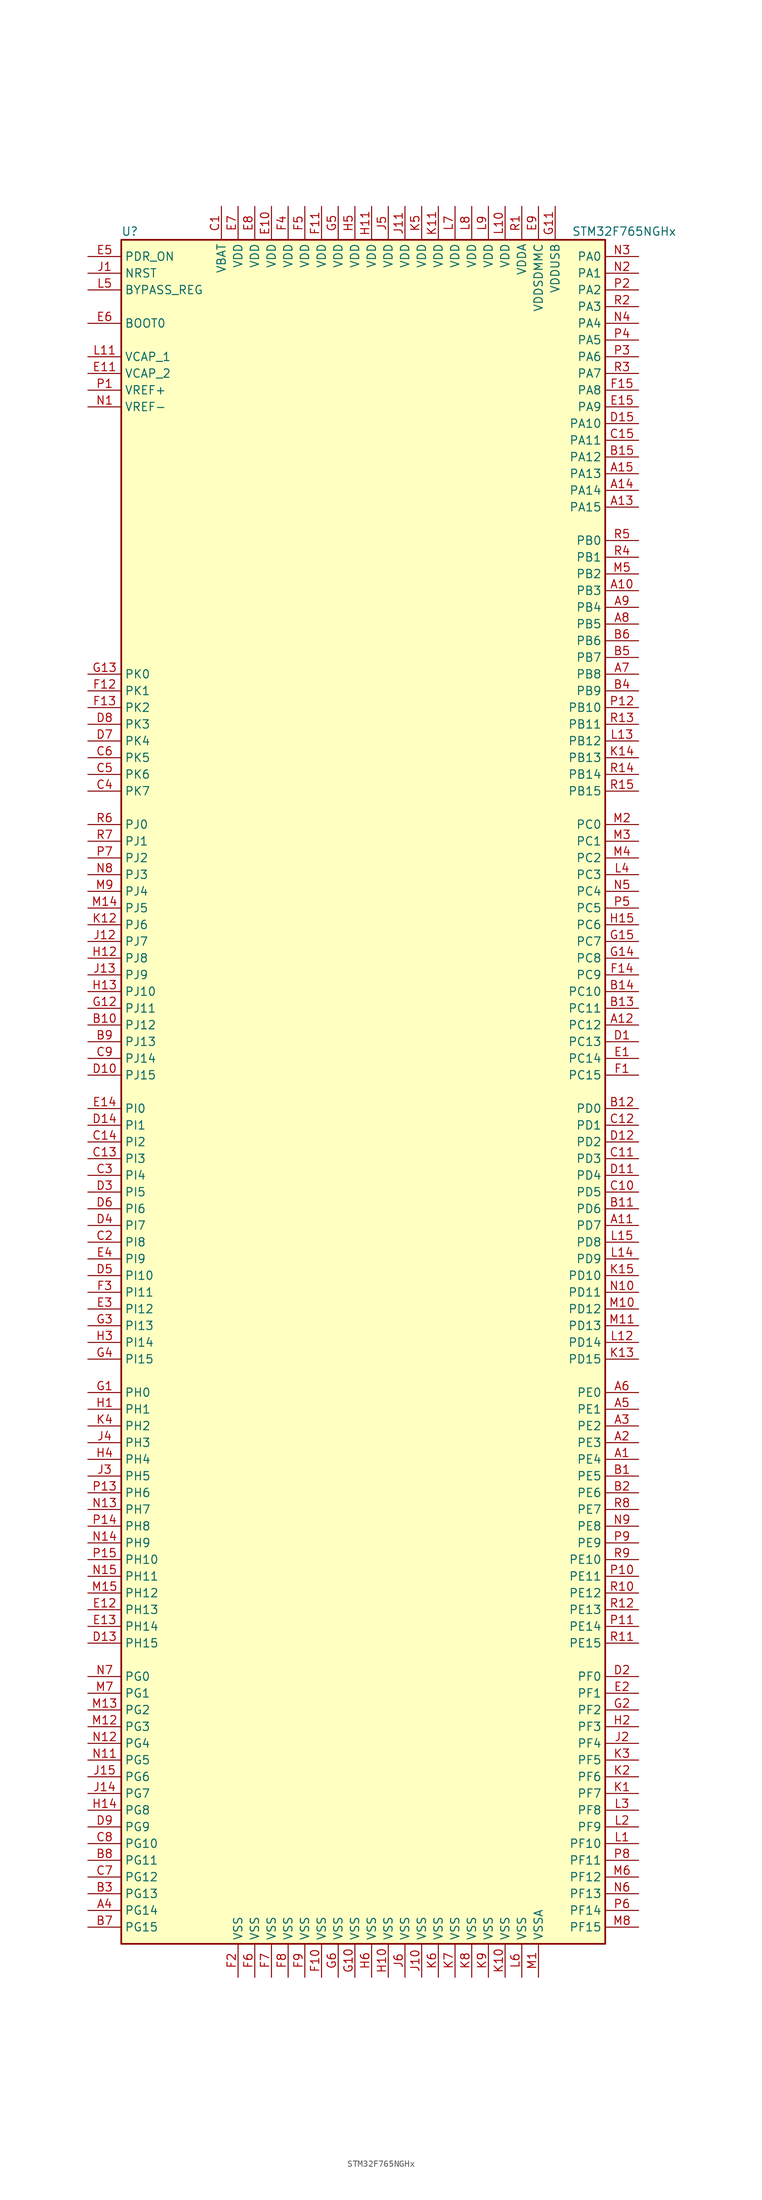
<source format=kicad_sym>
(kicad_symbol_lib
  (version 20220914)
  (generator kicad_symbol_editor)
  (symbol "STM32F765NGHx"
    (property "Reference" "U"
      (at -38.1 130.81 0)
      (effects (font (size 1.27 1.27)) (justify left)))
    (property "Value" "STM32F765NGHx"
      (at 30.48 130.81 0)
      (effects (font (size 1.27 1.27)) (justify left)))
    (symbol "STM32F765NGHx_0_1"
      (rectangle (start -38.1 -129.54) (end 35.56 129.54) (stroke (width 0.254) (type default)) (fill (type background))))
    (symbol "STM32F765NGHx_1_1"
      (pin bidirectional line (at 40.64 -55.88 180) (length 5.08) (name "PE4" (effects (font (size 1.27 1.27)))) (number "A1" (effects (font (size 1.27 1.27)))))
      (pin bidirectional line (at 40.64 76.2 180) (length 5.08) (name "PB3" (effects (font (size 1.27 1.27)))) (number "A10" (effects (font (size 1.27 1.27)))))
      (pin bidirectional line (at 40.64 -20.32 180) (length 5.08) (name "PD7" (effects (font (size 1.27 1.27)))) (number "A11" (effects (font (size 1.27 1.27)))))
      (pin bidirectional line (at 40.64 10.16 180) (length 5.08) (name "PC12" (effects (font (size 1.27 1.27)))) (number "A12" (effects (font (size 1.27 1.27)))))
      (pin bidirectional line (at 40.64 88.9 180) (length 5.08) (name "PA15" (effects (font (size 1.27 1.27)))) (number "A13" (effects (font (size 1.27 1.27)))))
      (pin bidirectional line (at 40.64 91.44 180) (length 5.08) (name "PA14" (effects (font (size 1.27 1.27)))) (number "A14" (effects (font (size 1.27 1.27)))))
      (pin bidirectional line (at 40.64 93.98 180) (length 5.08) (name "PA13" (effects (font (size 1.27 1.27)))) (number "A15" (effects (font (size 1.27 1.27)))))
      (pin bidirectional line (at 40.64 -53.34 180) (length 5.08) (name "PE3" (effects (font (size 1.27 1.27)))) (number "A2" (effects (font (size 1.27 1.27)))))
      (pin bidirectional line (at 40.64 -50.8 180) (length 5.08) (name "PE2" (effects (font (size 1.27 1.27)))) (number "A3" (effects (font (size 1.27 1.27)))))
      (pin bidirectional line (at -43.18 -124.46 0) (length 5.08) (name "PG14" (effects (font (size 1.27 1.27)))) (number "A4" (effects (font (size 1.27 1.27)))))
      (pin bidirectional line (at 40.64 -48.26 180) (length 5.08) (name "PE1" (effects (font (size 1.27 1.27)))) (number "A5" (effects (font (size 1.27 1.27)))))
      (pin bidirectional line (at 40.64 -45.72 180) (length 5.08) (name "PE0" (effects (font (size 1.27 1.27)))) (number "A6" (effects (font (size 1.27 1.27)))))
      (pin bidirectional line (at 40.64 63.5 180) (length 5.08) (name "PB8" (effects (font (size 1.27 1.27)))) (number "A7" (effects (font (size 1.27 1.27)))))
      (pin bidirectional line (at 40.64 71.12 180) (length 5.08) (name "PB5" (effects (font (size 1.27 1.27)))) (number "A8" (effects (font (size 1.27 1.27)))))
      (pin bidirectional line (at 40.64 73.66 180) (length 5.08) (name "PB4" (effects (font (size 1.27 1.27)))) (number "A9" (effects (font (size 1.27 1.27)))))
      (pin bidirectional line (at 40.64 -58.42 180) (length 5.08) (name "PE5" (effects (font (size 1.27 1.27)))) (number "B1" (effects (font (size 1.27 1.27)))))
      (pin bidirectional line (at -43.18 10.16 0) (length 5.08) (name "PJ12" (effects (font (size 1.27 1.27)))) (number "B10" (effects (font (size 1.27 1.27)))))
      (pin bidirectional line (at 40.64 -17.78 180) (length 5.08) (name "PD6" (effects (font (size 1.27 1.27)))) (number "B11" (effects (font (size 1.27 1.27)))))
      (pin bidirectional line (at 40.64 -2.54 180) (length 5.08) (name "PD0" (effects (font (size 1.27 1.27)))) (number "B12" (effects (font (size 1.27 1.27)))))
      (pin bidirectional line (at 40.64 12.7 180) (length 5.08) (name "PC11" (effects (font (size 1.27 1.27)))) (number "B13" (effects (font (size 1.27 1.27)))))
      (pin bidirectional line (at 40.64 15.24 180) (length 5.08) (name "PC10" (effects (font (size 1.27 1.27)))) (number "B14" (effects (font (size 1.27 1.27)))))
      (pin bidirectional line (at 40.64 96.52 180) (length 5.08) (name "PA12" (effects (font (size 1.27 1.27)))) (number "B15" (effects (font (size 1.27 1.27)))))
      (pin bidirectional line (at 40.64 -60.96 180) (length 5.08) (name "PE6" (effects (font (size 1.27 1.27)))) (number "B2" (effects (font (size 1.27 1.27)))))
      (pin bidirectional line (at -43.18 -121.92 0) (length 5.08) (name "PG13" (effects (font (size 1.27 1.27)))) (number "B3" (effects (font (size 1.27 1.27)))))
      (pin bidirectional line (at 40.64 60.96 180) (length 5.08) (name "PB9" (effects (font (size 1.27 1.27)))) (number "B4" (effects (font (size 1.27 1.27)))))
      (pin bidirectional line (at 40.64 66.04 180) (length 5.08) (name "PB7" (effects (font (size 1.27 1.27)))) (number "B5" (effects (font (size 1.27 1.27)))))
      (pin bidirectional line (at 40.64 68.58 180) (length 5.08) (name "PB6" (effects (font (size 1.27 1.27)))) (number "B6" (effects (font (size 1.27 1.27)))))
      (pin bidirectional line (at -43.18 -127 0) (length 5.08) (name "PG15" (effects (font (size 1.27 1.27)))) (number "B7" (effects (font (size 1.27 1.27)))))
      (pin bidirectional line (at -43.18 -116.84 0) (length 5.08) (name "PG11" (effects (font (size 1.27 1.27)))) (number "B8" (effects (font (size 1.27 1.27)))))
      (pin bidirectional line (at -43.18 7.62 0) (length 5.08) (name "PJ13" (effects (font (size 1.27 1.27)))) (number "B9" (effects (font (size 1.27 1.27)))))
      (pin power_in line (at -22.86 134.62 270) (length 5.08) (name "VBAT" (effects (font (size 1.27 1.27)))) (number "C1" (effects (font (size 1.27 1.27)))))
      (pin bidirectional line (at 40.64 -15.24 180) (length 5.08) (name "PD5" (effects (font (size 1.27 1.27)))) (number "C10" (effects (font (size 1.27 1.27)))))
      (pin bidirectional line (at 40.64 -10.16 180) (length 5.08) (name "PD3" (effects (font (size 1.27 1.27)))) (number "C11" (effects (font (size 1.27 1.27)))))
      (pin bidirectional line (at 40.64 -5.08 180) (length 5.08) (name "PD1" (effects (font (size 1.27 1.27)))) (number "C12" (effects (font (size 1.27 1.27)))))
      (pin bidirectional line (at -43.18 -10.16 0) (length 5.08) (name "PI3" (effects (font (size 1.27 1.27)))) (number "C13" (effects (font (size 1.27 1.27)))))
      (pin bidirectional line (at -43.18 -7.62 0) (length 5.08) (name "PI2" (effects (font (size 1.27 1.27)))) (number "C14" (effects (font (size 1.27 1.27)))))
      (pin bidirectional line (at 40.64 99.06 180) (length 5.08) (name "PA11" (effects (font (size 1.27 1.27)))) (number "C15" (effects (font (size 1.27 1.27)))))
      (pin bidirectional line (at -43.18 -22.86 0) (length 5.08) (name "PI8" (effects (font (size 1.27 1.27)))) (number "C2" (effects (font (size 1.27 1.27)))))
      (pin bidirectional line (at -43.18 -12.7 0) (length 5.08) (name "PI4" (effects (font (size 1.27 1.27)))) (number "C3" (effects (font (size 1.27 1.27)))))
      (pin bidirectional line (at -43.18 45.72 0) (length 5.08) (name "PK7" (effects (font (size 1.27 1.27)))) (number "C4" (effects (font (size 1.27 1.27)))))
      (pin bidirectional line (at -43.18 48.26 0) (length 5.08) (name "PK6" (effects (font (size 1.27 1.27)))) (number "C5" (effects (font (size 1.27 1.27)))))
      (pin bidirectional line (at -43.18 50.8 0) (length 5.08) (name "PK5" (effects (font (size 1.27 1.27)))) (number "C6" (effects (font (size 1.27 1.27)))))
      (pin bidirectional line (at -43.18 -119.38 0) (length 5.08) (name "PG12" (effects (font (size 1.27 1.27)))) (number "C7" (effects (font (size 1.27 1.27)))))
      (pin bidirectional line (at -43.18 -114.3 0) (length 5.08) (name "PG10" (effects (font (size 1.27 1.27)))) (number "C8" (effects (font (size 1.27 1.27)))))
      (pin bidirectional line (at -43.18 5.08 0) (length 5.08) (name "PJ14" (effects (font (size 1.27 1.27)))) (number "C9" (effects (font (size 1.27 1.27)))))
      (pin bidirectional line (at 40.64 7.62 180) (length 5.08) (name "PC13" (effects (font (size 1.27 1.27)))) (number "D1" (effects (font (size 1.27 1.27)))))
      (pin bidirectional line (at -43.18 2.54 0) (length 5.08) (name "PJ15" (effects (font (size 1.27 1.27)))) (number "D10" (effects (font (size 1.27 1.27)))))
      (pin bidirectional line (at 40.64 -12.7 180) (length 5.08) (name "PD4" (effects (font (size 1.27 1.27)))) (number "D11" (effects (font (size 1.27 1.27)))))
      (pin bidirectional line (at 40.64 -7.62 180) (length 5.08) (name "PD2" (effects (font (size 1.27 1.27)))) (number "D12" (effects (font (size 1.27 1.27)))))
      (pin bidirectional line (at -43.18 -83.82 0) (length 5.08) (name "PH15" (effects (font (size 1.27 1.27)))) (number "D13" (effects (font (size 1.27 1.27)))))
      (pin bidirectional line (at -43.18 -5.08 0) (length 5.08) (name "PI1" (effects (font (size 1.27 1.27)))) (number "D14" (effects (font (size 1.27 1.27)))))
      (pin bidirectional line (at 40.64 101.6 180) (length 5.08) (name "PA10" (effects (font (size 1.27 1.27)))) (number "D15" (effects (font (size 1.27 1.27)))))
      (pin bidirectional line (at 40.64 -88.9 180) (length 5.08) (name "PF0" (effects (font (size 1.27 1.27)))) (number "D2" (effects (font (size 1.27 1.27)))))
      (pin bidirectional line (at -43.18 -15.24 0) (length 5.08) (name "PI5" (effects (font (size 1.27 1.27)))) (number "D3" (effects (font (size 1.27 1.27)))))
      (pin bidirectional line (at -43.18 -20.32 0) (length 5.08) (name "PI7" (effects (font (size 1.27 1.27)))) (number "D4" (effects (font (size 1.27 1.27)))))
      (pin bidirectional line (at -43.18 -27.94 0) (length 5.08) (name "PI10" (effects (font (size 1.27 1.27)))) (number "D5" (effects (font (size 1.27 1.27)))))
      (pin bidirectional line (at -43.18 -17.78 0) (length 5.08) (name "PI6" (effects (font (size 1.27 1.27)))) (number "D6" (effects (font (size 1.27 1.27)))))
      (pin bidirectional line (at -43.18 53.34 0) (length 5.08) (name "PK4" (effects (font (size 1.27 1.27)))) (number "D7" (effects (font (size 1.27 1.27)))))
      (pin bidirectional line (at -43.18 55.88 0) (length 5.08) (name "PK3" (effects (font (size 1.27 1.27)))) (number "D8" (effects (font (size 1.27 1.27)))))
      (pin bidirectional line (at -43.18 -111.76 0) (length 5.08) (name "PG9" (effects (font (size 1.27 1.27)))) (number "D9" (effects (font (size 1.27 1.27)))))
      (pin bidirectional line (at 40.64 5.08 180) (length 5.08) (name "PC14" (effects (font (size 1.27 1.27)))) (number "E1" (effects (font (size 1.27 1.27)))))
      (pin power_in line (at -15.24 134.62 270) (length 5.08) (name "VDD" (effects (font (size 1.27 1.27)))) (number "E10" (effects (font (size 1.27 1.27)))))
      (pin power_in line (at -43.18 109.22 0) (length 5.08) (name "VCAP_2" (effects (font (size 1.27 1.27)))) (number "E11" (effects (font (size 1.27 1.27)))))
      (pin bidirectional line (at -43.18 -78.74 0) (length 5.08) (name "PH13" (effects (font (size 1.27 1.27)))) (number "E12" (effects (font (size 1.27 1.27)))))
      (pin bidirectional line (at -43.18 -81.28 0) (length 5.08) (name "PH14" (effects (font (size 1.27 1.27)))) (number "E13" (effects (font (size 1.27 1.27)))))
      (pin bidirectional line (at -43.18 -2.54 0) (length 5.08) (name "PI0" (effects (font (size 1.27 1.27)))) (number "E14" (effects (font (size 1.27 1.27)))))
      (pin bidirectional line (at 40.64 104.14 180) (length 5.08) (name "PA9" (effects (font (size 1.27 1.27)))) (number "E15" (effects (font (size 1.27 1.27)))))
      (pin bidirectional line (at 40.64 -91.44 180) (length 5.08) (name "PF1" (effects (font (size 1.27 1.27)))) (number "E2" (effects (font (size 1.27 1.27)))))
      (pin bidirectional line (at -43.18 -33.02 0) (length 5.08) (name "PI12" (effects (font (size 1.27 1.27)))) (number "E3" (effects (font (size 1.27 1.27)))))
      (pin bidirectional line (at -43.18 -25.4 0) (length 5.08) (name "PI9" (effects (font (size 1.27 1.27)))) (number "E4" (effects (font (size 1.27 1.27)))))
      (pin input line (at -43.18 127 0) (length 5.08) (name "PDR_ON" (effects (font (size 1.27 1.27)))) (number "E5" (effects (font (size 1.27 1.27)))))
      (pin input line (at -43.18 116.84 0) (length 5.08) (name "BOOT0" (effects (font (size 1.27 1.27)))) (number "E6" (effects (font (size 1.27 1.27)))))
      (pin power_in line (at -20.32 134.62 270) (length 5.08) (name "VDD" (effects (font (size 1.27 1.27)))) (number "E7" (effects (font (size 1.27 1.27)))))
      (pin power_in line (at -17.78 134.62 270) (length 5.08) (name "VDD" (effects (font (size 1.27 1.27)))) (number "E8" (effects (font (size 1.27 1.27)))))
      (pin power_in line (at 25.4 134.62 270) (length 5.08) (name "VDDSDMMC" (effects (font (size 1.27 1.27)))) (number "E9" (effects (font (size 1.27 1.27)))))
      (pin bidirectional line (at 40.64 2.54 180) (length 5.08) (name "PC15" (effects (font (size 1.27 1.27)))) (number "F1" (effects (font (size 1.27 1.27)))))
      (pin power_in line (at -7.62 -134.62 90) (length 5.08) (name "VSS" (effects (font (size 1.27 1.27)))) (number "F10" (effects (font (size 1.27 1.27)))))
      (pin power_in line (at -7.62 134.62 270) (length 5.08) (name "VDD" (effects (font (size 1.27 1.27)))) (number "F11" (effects (font (size 1.27 1.27)))))
      (pin bidirectional line (at -43.18 60.96 0) (length 5.08) (name "PK1" (effects (font (size 1.27 1.27)))) (number "F12" (effects (font (size 1.27 1.27)))))
      (pin bidirectional line (at -43.18 58.42 0) (length 5.08) (name "PK2" (effects (font (size 1.27 1.27)))) (number "F13" (effects (font (size 1.27 1.27)))))
      (pin bidirectional line (at 40.64 17.78 180) (length 5.08) (name "PC9" (effects (font (size 1.27 1.27)))) (number "F14" (effects (font (size 1.27 1.27)))))
      (pin bidirectional line (at 40.64 106.68 180) (length 5.08) (name "PA8" (effects (font (size 1.27 1.27)))) (number "F15" (effects (font (size 1.27 1.27)))))
      (pin power_in line (at -20.32 -134.62 90) (length 5.08) (name "VSS" (effects (font (size 1.27 1.27)))) (number "F2" (effects (font (size 1.27 1.27)))))
      (pin bidirectional line (at -43.18 -30.48 0) (length 5.08) (name "PI11" (effects (font (size 1.27 1.27)))) (number "F3" (effects (font (size 1.27 1.27)))))
      (pin power_in line (at -12.7 134.62 270) (length 5.08) (name "VDD" (effects (font (size 1.27 1.27)))) (number "F4" (effects (font (size 1.27 1.27)))))
      (pin power_in line (at -10.16 134.62 270) (length 5.08) (name "VDD" (effects (font (size 1.27 1.27)))) (number "F5" (effects (font (size 1.27 1.27)))))
      (pin power_in line (at -17.78 -134.62 90) (length 5.08) (name "VSS" (effects (font (size 1.27 1.27)))) (number "F6" (effects (font (size 1.27 1.27)))))
      (pin power_in line (at -15.24 -134.62 90) (length 5.08) (name "VSS" (effects (font (size 1.27 1.27)))) (number "F7" (effects (font (size 1.27 1.27)))))
      (pin power_in line (at -12.7 -134.62 90) (length 5.08) (name "VSS" (effects (font (size 1.27 1.27)))) (number "F8" (effects (font (size 1.27 1.27)))))
      (pin power_in line (at -10.16 -134.62 90) (length 5.08) (name "VSS" (effects (font (size 1.27 1.27)))) (number "F9" (effects (font (size 1.27 1.27)))))
      (pin input line (at -43.18 -45.72 0) (length 5.08) (name "PH0" (effects (font (size 1.27 1.27)))) (number "G1" (effects (font (size 1.27 1.27)))))
      (pin power_in line (at -2.54 -134.62 90) (length 5.08) (name "VSS" (effects (font (size 1.27 1.27)))) (number "G10" (effects (font (size 1.27 1.27)))))
      (pin power_in line (at 27.94 134.62 270) (length 5.08) (name "VDDUSB" (effects (font (size 1.27 1.27)))) (number "G11" (effects (font (size 1.27 1.27)))))
      (pin bidirectional line (at -43.18 12.7 0) (length 5.08) (name "PJ11" (effects (font (size 1.27 1.27)))) (number "G12" (effects (font (size 1.27 1.27)))))
      (pin bidirectional line (at -43.18 63.5 0) (length 5.08) (name "PK0" (effects (font (size 1.27 1.27)))) (number "G13" (effects (font (size 1.27 1.27)))))
      (pin bidirectional line (at 40.64 20.32 180) (length 5.08) (name "PC8" (effects (font (size 1.27 1.27)))) (number "G14" (effects (font (size 1.27 1.27)))))
      (pin bidirectional line (at 40.64 22.86 180) (length 5.08) (name "PC7" (effects (font (size 1.27 1.27)))) (number "G15" (effects (font (size 1.27 1.27)))))
      (pin bidirectional line (at 40.64 -93.98 180) (length 5.08) (name "PF2" (effects (font (size 1.27 1.27)))) (number "G2" (effects (font (size 1.27 1.27)))))
      (pin bidirectional line (at -43.18 -35.56 0) (length 5.08) (name "PI13" (effects (font (size 1.27 1.27)))) (number "G3" (effects (font (size 1.27 1.27)))))
      (pin bidirectional line (at -43.18 -40.64 0) (length 5.08) (name "PI15" (effects (font (size 1.27 1.27)))) (number "G4" (effects (font (size 1.27 1.27)))))
      (pin power_in line (at -5.08 134.62 270) (length 5.08) (name "VDD" (effects (font (size 1.27 1.27)))) (number "G5" (effects (font (size 1.27 1.27)))))
      (pin power_in line (at -5.08 -134.62 90) (length 5.08) (name "VSS" (effects (font (size 1.27 1.27)))) (number "G6" (effects (font (size 1.27 1.27)))))
      (pin input line (at -43.18 -48.26 0) (length 5.08) (name "PH1" (effects (font (size 1.27 1.27)))) (number "H1" (effects (font (size 1.27 1.27)))))
      (pin power_in line (at 2.54 -134.62 90) (length 5.08) (name "VSS" (effects (font (size 1.27 1.27)))) (number "H10" (effects (font (size 1.27 1.27)))))
      (pin power_in line (at 0 134.62 270) (length 5.08) (name "VDD" (effects (font (size 1.27 1.27)))) (number "H11" (effects (font (size 1.27 1.27)))))
      (pin bidirectional line (at -43.18 20.32 0) (length 5.08) (name "PJ8" (effects (font (size 1.27 1.27)))) (number "H12" (effects (font (size 1.27 1.27)))))
      (pin bidirectional line (at -43.18 15.24 0) (length 5.08) (name "PJ10" (effects (font (size 1.27 1.27)))) (number "H13" (effects (font (size 1.27 1.27)))))
      (pin bidirectional line (at -43.18 -109.22 0) (length 5.08) (name "PG8" (effects (font (size 1.27 1.27)))) (number "H14" (effects (font (size 1.27 1.27)))))
      (pin bidirectional line (at 40.64 25.4 180) (length 5.08) (name "PC6" (effects (font (size 1.27 1.27)))) (number "H15" (effects (font (size 1.27 1.27)))))
      (pin bidirectional line (at 40.64 -96.52 180) (length 5.08) (name "PF3" (effects (font (size 1.27 1.27)))) (number "H2" (effects (font (size 1.27 1.27)))))
      (pin bidirectional line (at -43.18 -38.1 0) (length 5.08) (name "PI14" (effects (font (size 1.27 1.27)))) (number "H3" (effects (font (size 1.27 1.27)))))
      (pin bidirectional line (at -43.18 -55.88 0) (length 5.08) (name "PH4" (effects (font (size 1.27 1.27)))) (number "H4" (effects (font (size 1.27 1.27)))))
      (pin power_in line (at -2.54 134.62 270) (length 5.08) (name "VDD" (effects (font (size 1.27 1.27)))) (number "H5" (effects (font (size 1.27 1.27)))))
      (pin power_in line (at 0 -134.62 90) (length 5.08) (name "VSS" (effects (font (size 1.27 1.27)))) (number "H6" (effects (font (size 1.27 1.27)))))
      (pin input line (at -43.18 124.46 0) (length 5.08) (name "NRST" (effects (font (size 1.27 1.27)))) (number "J1" (effects (font (size 1.27 1.27)))))
      (pin power_in line (at 7.62 -134.62 90) (length 5.08) (name "VSS" (effects (font (size 1.27 1.27)))) (number "J10" (effects (font (size 1.27 1.27)))))
      (pin power_in line (at 5.08 134.62 270) (length 5.08) (name "VDD" (effects (font (size 1.27 1.27)))) (number "J11" (effects (font (size 1.27 1.27)))))
      (pin bidirectional line (at -43.18 22.86 0) (length 5.08) (name "PJ7" (effects (font (size 1.27 1.27)))) (number "J12" (effects (font (size 1.27 1.27)))))
      (pin bidirectional line (at -43.18 17.78 0) (length 5.08) (name "PJ9" (effects (font (size 1.27 1.27)))) (number "J13" (effects (font (size 1.27 1.27)))))
      (pin bidirectional line (at -43.18 -106.68 0) (length 5.08) (name "PG7" (effects (font (size 1.27 1.27)))) (number "J14" (effects (font (size 1.27 1.27)))))
      (pin bidirectional line (at -43.18 -104.14 0) (length 5.08) (name "PG6" (effects (font (size 1.27 1.27)))) (number "J15" (effects (font (size 1.27 1.27)))))
      (pin bidirectional line (at 40.64 -99.06 180) (length 5.08) (name "PF4" (effects (font (size 1.27 1.27)))) (number "J2" (effects (font (size 1.27 1.27)))))
      (pin bidirectional line (at -43.18 -58.42 0) (length 5.08) (name "PH5" (effects (font (size 1.27 1.27)))) (number "J3" (effects (font (size 1.27 1.27)))))
      (pin bidirectional line (at -43.18 -53.34 0) (length 5.08) (name "PH3" (effects (font (size 1.27 1.27)))) (number "J4" (effects (font (size 1.27 1.27)))))
      (pin power_in line (at 2.54 134.62 270) (length 5.08) (name "VDD" (effects (font (size 1.27 1.27)))) (number "J5" (effects (font (size 1.27 1.27)))))
      (pin power_in line (at 5.08 -134.62 90) (length 5.08) (name "VSS" (effects (font (size 1.27 1.27)))) (number "J6" (effects (font (size 1.27 1.27)))))
      (pin bidirectional line (at 40.64 -106.68 180) (length 5.08) (name "PF7" (effects (font (size 1.27 1.27)))) (number "K1" (effects (font (size 1.27 1.27)))))
      (pin power_in line (at 20.32 -134.62 90) (length 5.08) (name "VSS" (effects (font (size 1.27 1.27)))) (number "K10" (effects (font (size 1.27 1.27)))))
      (pin power_in line (at 10.16 134.62 270) (length 5.08) (name "VDD" (effects (font (size 1.27 1.27)))) (number "K11" (effects (font (size 1.27 1.27)))))
      (pin bidirectional line (at -43.18 25.4 0) (length 5.08) (name "PJ6" (effects (font (size 1.27 1.27)))) (number "K12" (effects (font (size 1.27 1.27)))))
      (pin bidirectional line (at 40.64 -40.64 180) (length 5.08) (name "PD15" (effects (font (size 1.27 1.27)))) (number "K13" (effects (font (size 1.27 1.27)))))
      (pin bidirectional line (at 40.64 50.8 180) (length 5.08) (name "PB13" (effects (font (size 1.27 1.27)))) (number "K14" (effects (font (size 1.27 1.27)))))
      (pin bidirectional line (at 40.64 -27.94 180) (length 5.08) (name "PD10" (effects (font (size 1.27 1.27)))) (number "K15" (effects (font (size 1.27 1.27)))))
      (pin bidirectional line (at 40.64 -104.14 180) (length 5.08) (name "PF6" (effects (font (size 1.27 1.27)))) (number "K2" (effects (font (size 1.27 1.27)))))
      (pin bidirectional line (at 40.64 -101.6 180) (length 5.08) (name "PF5" (effects (font (size 1.27 1.27)))) (number "K3" (effects (font (size 1.27 1.27)))))
      (pin bidirectional line (at -43.18 -50.8 0) (length 5.08) (name "PH2" (effects (font (size 1.27 1.27)))) (number "K4" (effects (font (size 1.27 1.27)))))
      (pin power_in line (at 7.62 134.62 270) (length 5.08) (name "VDD" (effects (font (size 1.27 1.27)))) (number "K5" (effects (font (size 1.27 1.27)))))
      (pin power_in line (at 10.16 -134.62 90) (length 5.08) (name "VSS" (effects (font (size 1.27 1.27)))) (number "K6" (effects (font (size 1.27 1.27)))))
      (pin power_in line (at 12.7 -134.62 90) (length 5.08) (name "VSS" (effects (font (size 1.27 1.27)))) (number "K7" (effects (font (size 1.27 1.27)))))
      (pin power_in line (at 15.24 -134.62 90) (length 5.08) (name "VSS" (effects (font (size 1.27 1.27)))) (number "K8" (effects (font (size 1.27 1.27)))))
      (pin power_in line (at 17.78 -134.62 90) (length 5.08) (name "VSS" (effects (font (size 1.27 1.27)))) (number "K9" (effects (font (size 1.27 1.27)))))
      (pin bidirectional line (at 40.64 -114.3 180) (length 5.08) (name "PF10" (effects (font (size 1.27 1.27)))) (number "L1" (effects (font (size 1.27 1.27)))))
      (pin power_in line (at 20.32 134.62 270) (length 5.08) (name "VDD" (effects (font (size 1.27 1.27)))) (number "L10" (effects (font (size 1.27 1.27)))))
      (pin power_in line (at -43.18 111.76 0) (length 5.08) (name "VCAP_1" (effects (font (size 1.27 1.27)))) (number "L11" (effects (font (size 1.27 1.27)))))
      (pin bidirectional line (at 40.64 -38.1 180) (length 5.08) (name "PD14" (effects (font (size 1.27 1.27)))) (number "L12" (effects (font (size 1.27 1.27)))))
      (pin bidirectional line (at 40.64 53.34 180) (length 5.08) (name "PB12" (effects (font (size 1.27 1.27)))) (number "L13" (effects (font (size 1.27 1.27)))))
      (pin bidirectional line (at 40.64 -25.4 180) (length 5.08) (name "PD9" (effects (font (size 1.27 1.27)))) (number "L14" (effects (font (size 1.27 1.27)))))
      (pin bidirectional line (at 40.64 -22.86 180) (length 5.08) (name "PD8" (effects (font (size 1.27 1.27)))) (number "L15" (effects (font (size 1.27 1.27)))))
      (pin bidirectional line (at 40.64 -111.76 180) (length 5.08) (name "PF9" (effects (font (size 1.27 1.27)))) (number "L2" (effects (font (size 1.27 1.27)))))
      (pin bidirectional line (at 40.64 -109.22 180) (length 5.08) (name "PF8" (effects (font (size 1.27 1.27)))) (number "L3" (effects (font (size 1.27 1.27)))))
      (pin bidirectional line (at 40.64 33.02 180) (length 5.08) (name "PC3" (effects (font (size 1.27 1.27)))) (number "L4" (effects (font (size 1.27 1.27)))))
      (pin input line (at -43.18 121.92 0) (length 5.08) (name "BYPASS_REG" (effects (font (size 1.27 1.27)))) (number "L5" (effects (font (size 1.27 1.27)))))
      (pin power_in line (at 22.86 -134.62 90) (length 5.08) (name "VSS" (effects (font (size 1.27 1.27)))) (number "L6" (effects (font (size 1.27 1.27)))))
      (pin power_in line (at 12.7 134.62 270) (length 5.08) (name "VDD" (effects (font (size 1.27 1.27)))) (number "L7" (effects (font (size 1.27 1.27)))))
      (pin power_in line (at 15.24 134.62 270) (length 5.08) (name "VDD" (effects (font (size 1.27 1.27)))) (number "L8" (effects (font (size 1.27 1.27)))))
      (pin power_in line (at 17.78 134.62 270) (length 5.08) (name "VDD" (effects (font (size 1.27 1.27)))) (number "L9" (effects (font (size 1.27 1.27)))))
      (pin power_in line (at 25.4 -134.62 90) (length 5.08) (name "VSSA" (effects (font (size 1.27 1.27)))) (number "M1" (effects (font (size 1.27 1.27)))))
      (pin bidirectional line (at 40.64 -33.02 180) (length 5.08) (name "PD12" (effects (font (size 1.27 1.27)))) (number "M10" (effects (font (size 1.27 1.27)))))
      (pin bidirectional line (at 40.64 -35.56 180) (length 5.08) (name "PD13" (effects (font (size 1.27 1.27)))) (number "M11" (effects (font (size 1.27 1.27)))))
      (pin bidirectional line (at -43.18 -96.52 0) (length 5.08) (name "PG3" (effects (font (size 1.27 1.27)))) (number "M12" (effects (font (size 1.27 1.27)))))
      (pin bidirectional line (at -43.18 -93.98 0) (length 5.08) (name "PG2" (effects (font (size 1.27 1.27)))) (number "M13" (effects (font (size 1.27 1.27)))))
      (pin bidirectional line (at -43.18 27.94 0) (length 5.08) (name "PJ5" (effects (font (size 1.27 1.27)))) (number "M14" (effects (font (size 1.27 1.27)))))
      (pin bidirectional line (at -43.18 -76.2 0) (length 5.08) (name "PH12" (effects (font (size 1.27 1.27)))) (number "M15" (effects (font (size 1.27 1.27)))))
      (pin bidirectional line (at 40.64 40.64 180) (length 5.08) (name "PC0" (effects (font (size 1.27 1.27)))) (number "M2" (effects (font (size 1.27 1.27)))))
      (pin bidirectional line (at 40.64 38.1 180) (length 5.08) (name "PC1" (effects (font (size 1.27 1.27)))) (number "M3" (effects (font (size 1.27 1.27)))))
      (pin bidirectional line (at 40.64 35.56 180) (length 5.08) (name "PC2" (effects (font (size 1.27 1.27)))) (number "M4" (effects (font (size 1.27 1.27)))))
      (pin bidirectional line (at 40.64 78.74 180) (length 5.08) (name "PB2" (effects (font (size 1.27 1.27)))) (number "M5" (effects (font (size 1.27 1.27)))))
      (pin bidirectional line (at 40.64 -119.38 180) (length 5.08) (name "PF12" (effects (font (size 1.27 1.27)))) (number "M6" (effects (font (size 1.27 1.27)))))
      (pin bidirectional line (at -43.18 -91.44 0) (length 5.08) (name "PG1" (effects (font (size 1.27 1.27)))) (number "M7" (effects (font (size 1.27 1.27)))))
      (pin bidirectional line (at 40.64 -127 180) (length 5.08) (name "PF15" (effects (font (size 1.27 1.27)))) (number "M8" (effects (font (size 1.27 1.27)))))
      (pin bidirectional line (at -43.18 30.48 0) (length 5.08) (name "PJ4" (effects (font (size 1.27 1.27)))) (number "M9" (effects (font (size 1.27 1.27)))))
      (pin power_in line (at -43.18 104.14 0) (length 5.08) (name "VREF-" (effects (font (size 1.27 1.27)))) (number "N1" (effects (font (size 1.27 1.27)))))
      (pin bidirectional line (at 40.64 -30.48 180) (length 5.08) (name "PD11" (effects (font (size 1.27 1.27)))) (number "N10" (effects (font (size 1.27 1.27)))))
      (pin bidirectional line (at -43.18 -101.6 0) (length 5.08) (name "PG5" (effects (font (size 1.27 1.27)))) (number "N11" (effects (font (size 1.27 1.27)))))
      (pin bidirectional line (at -43.18 -99.06 0) (length 5.08) (name "PG4" (effects (font (size 1.27 1.27)))) (number "N12" (effects (font (size 1.27 1.27)))))
      (pin bidirectional line (at -43.18 -63.5 0) (length 5.08) (name "PH7" (effects (font (size 1.27 1.27)))) (number "N13" (effects (font (size 1.27 1.27)))))
      (pin bidirectional line (at -43.18 -68.58 0) (length 5.08) (name "PH9" (effects (font (size 1.27 1.27)))) (number "N14" (effects (font (size 1.27 1.27)))))
      (pin bidirectional line (at -43.18 -73.66 0) (length 5.08) (name "PH11" (effects (font (size 1.27 1.27)))) (number "N15" (effects (font (size 1.27 1.27)))))
      (pin bidirectional line (at 40.64 124.46 180) (length 5.08) (name "PA1" (effects (font (size 1.27 1.27)))) (number "N2" (effects (font (size 1.27 1.27)))))
      (pin bidirectional line (at 40.64 127 180) (length 5.08) (name "PA0" (effects (font (size 1.27 1.27)))) (number "N3" (effects (font (size 1.27 1.27)))))
      (pin bidirectional line (at 40.64 116.84 180) (length 5.08) (name "PA4" (effects (font (size 1.27 1.27)))) (number "N4" (effects (font (size 1.27 1.27)))))
      (pin bidirectional line (at 40.64 30.48 180) (length 5.08) (name "PC4" (effects (font (size 1.27 1.27)))) (number "N5" (effects (font (size 1.27 1.27)))))
      (pin bidirectional line (at 40.64 -121.92 180) (length 5.08) (name "PF13" (effects (font (size 1.27 1.27)))) (number "N6" (effects (font (size 1.27 1.27)))))
      (pin bidirectional line (at -43.18 -88.9 0) (length 5.08) (name "PG0" (effects (font (size 1.27 1.27)))) (number "N7" (effects (font (size 1.27 1.27)))))
      (pin bidirectional line (at -43.18 33.02 0) (length 5.08) (name "PJ3" (effects (font (size 1.27 1.27)))) (number "N8" (effects (font (size 1.27 1.27)))))
      (pin bidirectional line (at 40.64 -66.04 180) (length 5.08) (name "PE8" (effects (font (size 1.27 1.27)))) (number "N9" (effects (font (size 1.27 1.27)))))
      (pin power_in line (at -43.18 106.68 0) (length 5.08) (name "VREF+" (effects (font (size 1.27 1.27)))) (number "P1" (effects (font (size 1.27 1.27)))))
      (pin bidirectional line (at 40.64 -73.66 180) (length 5.08) (name "PE11" (effects (font (size 1.27 1.27)))) (number "P10" (effects (font (size 1.27 1.27)))))
      (pin bidirectional line (at 40.64 -81.28 180) (length 5.08) (name "PE14" (effects (font (size 1.27 1.27)))) (number "P11" (effects (font (size 1.27 1.27)))))
      (pin bidirectional line (at 40.64 58.42 180) (length 5.08) (name "PB10" (effects (font (size 1.27 1.27)))) (number "P12" (effects (font (size 1.27 1.27)))))
      (pin bidirectional line (at -43.18 -60.96 0) (length 5.08) (name "PH6" (effects (font (size 1.27 1.27)))) (number "P13" (effects (font (size 1.27 1.27)))))
      (pin bidirectional line (at -43.18 -66.04 0) (length 5.08) (name "PH8" (effects (font (size 1.27 1.27)))) (number "P14" (effects (font (size 1.27 1.27)))))
      (pin bidirectional line (at -43.18 -71.12 0) (length 5.08) (name "PH10" (effects (font (size 1.27 1.27)))) (number "P15" (effects (font (size 1.27 1.27)))))
      (pin bidirectional line (at 40.64 121.92 180) (length 5.08) (name "PA2" (effects (font (size 1.27 1.27)))) (number "P2" (effects (font (size 1.27 1.27)))))
      (pin bidirectional line (at 40.64 111.76 180) (length 5.08) (name "PA6" (effects (font (size 1.27 1.27)))) (number "P3" (effects (font (size 1.27 1.27)))))
      (pin bidirectional line (at 40.64 114.3 180) (length 5.08) (name "PA5" (effects (font (size 1.27 1.27)))) (number "P4" (effects (font (size 1.27 1.27)))))
      (pin bidirectional line (at 40.64 27.94 180) (length 5.08) (name "PC5" (effects (font (size 1.27 1.27)))) (number "P5" (effects (font (size 1.27 1.27)))))
      (pin bidirectional line (at 40.64 -124.46 180) (length 5.08) (name "PF14" (effects (font (size 1.27 1.27)))) (number "P6" (effects (font (size 1.27 1.27)))))
      (pin bidirectional line (at -43.18 35.56 0) (length 5.08) (name "PJ2" (effects (font (size 1.27 1.27)))) (number "P7" (effects (font (size 1.27 1.27)))))
      (pin bidirectional line (at 40.64 -116.84 180) (length 5.08) (name "PF11" (effects (font (size 1.27 1.27)))) (number "P8" (effects (font (size 1.27 1.27)))))
      (pin bidirectional line (at 40.64 -68.58 180) (length 5.08) (name "PE9" (effects (font (size 1.27 1.27)))) (number "P9" (effects (font (size 1.27 1.27)))))
      (pin power_in line (at 22.86 134.62 270) (length 5.08) (name "VDDA" (effects (font (size 1.27 1.27)))) (number "R1" (effects (font (size 1.27 1.27)))))
      (pin bidirectional line (at 40.64 -76.2 180) (length 5.08) (name "PE12" (effects (font (size 1.27 1.27)))) (number "R10" (effects (font (size 1.27 1.27)))))
      (pin bidirectional line (at 40.64 -83.82 180) (length 5.08) (name "PE15" (effects (font (size 1.27 1.27)))) (number "R11" (effects (font (size 1.27 1.27)))))
      (pin bidirectional line (at 40.64 -78.74 180) (length 5.08) (name "PE13" (effects (font (size 1.27 1.27)))) (number "R12" (effects (font (size 1.27 1.27)))))
      (pin bidirectional line (at 40.64 55.88 180) (length 5.08) (name "PB11" (effects (font (size 1.27 1.27)))) (number "R13" (effects (font (size 1.27 1.27)))))
      (pin bidirectional line (at 40.64 48.26 180) (length 5.08) (name "PB14" (effects (font (size 1.27 1.27)))) (number "R14" (effects (font (size 1.27 1.27)))))
      (pin bidirectional line (at 40.64 45.72 180) (length 5.08) (name "PB15" (effects (font (size 1.27 1.27)))) (number "R15" (effects (font (size 1.27 1.27)))))
      (pin bidirectional line (at 40.64 119.38 180) (length 5.08) (name "PA3" (effects (font (size 1.27 1.27)))) (number "R2" (effects (font (size 1.27 1.27)))))
      (pin bidirectional line (at 40.64 109.22 180) (length 5.08) (name "PA7" (effects (font (size 1.27 1.27)))) (number "R3" (effects (font (size 1.27 1.27)))))
      (pin bidirectional line (at 40.64 81.28 180) (length 5.08) (name "PB1" (effects (font (size 1.27 1.27)))) (number "R4" (effects (font (size 1.27 1.27)))))
      (pin bidirectional line (at 40.64 83.82 180) (length 5.08) (name "PB0" (effects (font (size 1.27 1.27)))) (number "R5" (effects (font (size 1.27 1.27)))))
      (pin bidirectional line (at -43.18 40.64 0) (length 5.08) (name "PJ0" (effects (font (size 1.27 1.27)))) (number "R6" (effects (font (size 1.27 1.27)))))
      (pin bidirectional line (at -43.18 38.1 0) (length 5.08) (name "PJ1" (effects (font (size 1.27 1.27)))) (number "R7" (effects (font (size 1.27 1.27)))))
      (pin bidirectional line (at 40.64 -63.5 180) (length 5.08) (name "PE7" (effects (font (size 1.27 1.27)))) (number "R8" (effects (font (size 1.27 1.27)))))
      (pin bidirectional line (at 40.64 -71.12 180) (length 5.08) (name "PE10" (effects (font (size 1.27 1.27)))) (number "R9" (effects (font (size 1.27 1.27))))))))
</source>
